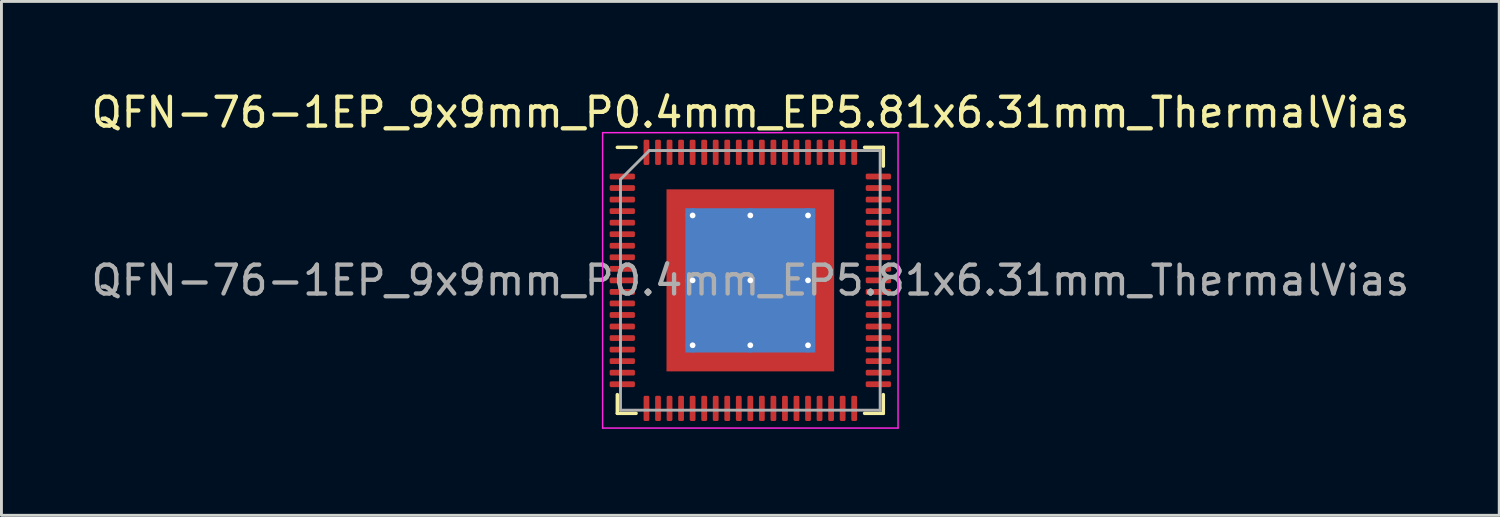
<source format=kicad_pcb>
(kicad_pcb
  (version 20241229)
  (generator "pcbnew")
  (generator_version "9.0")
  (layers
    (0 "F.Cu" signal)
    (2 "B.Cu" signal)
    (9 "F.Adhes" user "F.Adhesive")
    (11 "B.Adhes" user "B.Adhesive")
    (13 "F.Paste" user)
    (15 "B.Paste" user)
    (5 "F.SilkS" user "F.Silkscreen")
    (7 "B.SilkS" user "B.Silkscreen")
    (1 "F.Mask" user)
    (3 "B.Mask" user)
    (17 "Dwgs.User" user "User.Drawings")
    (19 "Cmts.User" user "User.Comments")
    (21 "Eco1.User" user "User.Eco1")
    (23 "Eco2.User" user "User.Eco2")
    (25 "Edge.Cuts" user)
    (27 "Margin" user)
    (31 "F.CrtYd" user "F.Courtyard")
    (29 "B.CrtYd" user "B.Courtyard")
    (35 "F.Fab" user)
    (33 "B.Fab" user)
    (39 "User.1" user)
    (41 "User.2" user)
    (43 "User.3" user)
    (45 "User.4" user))
  (footprint "QFN-76-1EP_9x9mm_P0.4mm_EP5.81x6.31mm_ThermalVias"
    (layer "F.Cu")
    (at 22.958 6.668)
    (property "Reference" "QFN-76-1EP_9x9mm_P0.4mm_EP5.81x6.31mm_ThermalVias" (at 0 -5.82 0) (layer "F.SilkS") (effects (font (size 1 1) (thickness 0.15))))
    (attr smd)
    (fp_line (start -4.61 4.61) (end -4.61 3.96) (stroke (width 0.12) (type solid)) (layer "F.SilkS"))
    (fp_line (start -3.96 -4.61) (end -4.61 -4.61) (stroke (width 0.12) (type solid)) (layer "F.SilkS"))
    (fp_line (start -3.96 4.61) (end -4.61 4.61) (stroke (width 0.12) (type solid)) (layer "F.SilkS"))
    (fp_line (start 3.96 -4.61) (end 4.61 -4.61) (stroke (width 0.12) (type solid)) (layer "F.SilkS"))
    (fp_line (start 3.96 4.61) (end 4.61 4.61) (stroke (width 0.12) (type solid)) (layer "F.SilkS"))
    (fp_line (start 4.61 -4.61) (end 4.61 -3.96) (stroke (width 0.12) (type solid)) (layer "F.SilkS"))
    (fp_line (start 4.61 4.61) (end 4.61 3.96) (stroke (width 0.12) (type solid)) (layer "F.SilkS"))
    (fp_line (start -5.12 -5.12) (end -5.12 5.12) (stroke (width 0.05) (type solid)) (layer "F.CrtYd"))
    (fp_line (start -5.12 5.12) (end 5.12 5.12) (stroke (width 0.05) (type solid)) (layer "F.CrtYd"))
    (fp_line (start 5.12 -5.12) (end -5.12 -5.12) (stroke (width 0.05) (type solid)) (layer "F.CrtYd"))
    (fp_line (start 5.12 5.12) (end 5.12 -5.12) (stroke (width 0.05) (type solid)) (layer "F.CrtYd"))
    (fp_line (start -4.5 -3.5) (end -3.5 -4.5) (stroke (width 0.1) (type solid)) (layer "F.Fab"))
    (fp_line (start -4.5 4.5) (end -4.5 -3.5) (stroke (width 0.1) (type solid)) (layer "F.Fab"))
    (fp_line (start -3.5 -4.5) (end 4.5 -4.5) (stroke (width 0.1) (type solid)) (layer "F.Fab"))
    (fp_line (start 4.5 -4.5) (end 4.5 4.5) (stroke (width 0.1) (type solid)) (layer "F.Fab"))
    (fp_line (start 4.5 4.5) (end -4.5 4.5) (stroke (width 0.1) (type solid)) (layer "F.Fab"))
    (fp_text user "${REFERENCE}" (at 0 0 0) (layer "F.Fab") (effects (font (size 1 1) (thickness 0.15))))
    (pad "" smd custom (at -2.453 -2.703) (size 0.654 0.654) (layers "F.Paste") (options (anchor circle)) (primitives (gr_poly (pts (xy -0.289 -0.289) (xy 0.289 -0.289) (xy 0.289 0.226) (xy 0.226 0.289) (xy -0.289 0.289)) (width 0.152) (fill yes))))
    (pad "" smd roundrect (at -2.453 -1.125) (size 0.73 1.814) (layers "F.Paste") (roundrect_rratio 0.25))
    (pad "" smd roundrect (at -2.453 1.125) (size 0.73 1.814) (layers "F.Paste") (roundrect_rratio 0.25))
    (pad "" smd custom (at -2.453 2.703) (size 0.654 0.654) (layers "F.Paste") (options (anchor circle)) (primitives (gr_poly (pts (xy -0.289 -0.289) (xy 0.226 -0.289) (xy 0.289 -0.226) (xy 0.289 0.289) (xy -0.289 0.289)) (width 0.152) (fill yes))))
    (pad "" smd roundrect (at -1 -2.703) (size 1.612 0.73) (layers "F.Paste") (roundrect_rratio 0.25))
    (pad "" smd roundrect (at -1 -1.125) (size 1.612 1.814) (layers "F.Paste") (roundrect_rratio 0.155))
    (pad "" smd roundrect (at -1 1.125) (size 1.612 1.814) (layers "F.Paste") (roundrect_rratio 0.155))
    (pad "" smd roundrect (at -1 2.703) (size 1.612 0.73) (layers "F.Paste") (roundrect_rratio 0.25))
    (pad "" smd roundrect (at 1 -2.703) (size 1.612 0.73) (layers "F.Paste") (roundrect_rratio 0.25))
    (pad "" smd roundrect (at 1 -1.125) (size 1.612 1.814) (layers "F.Paste") (roundrect_rratio 0.155))
    (pad "" smd roundrect (at 1 1.125) (size 1.612 1.814) (layers "F.Paste") (roundrect_rratio 0.155))
    (pad "" smd roundrect (at 1 2.703) (size 1.612 0.73) (layers "F.Paste") (roundrect_rratio 0.25))
    (pad "" smd custom (at 2.453 -2.703) (size 0.654 0.654) (layers "F.Paste") (options (anchor circle)) (primitives (gr_poly (pts (xy -0.289 -0.289) (xy 0.289 -0.289) (xy 0.289 0.289) (xy -0.226 0.289) (xy -0.289 0.226)) (width 0.152) (fill yes))))
    (pad "" smd roundrect (at 2.453 -1.125) (size 0.73 1.814) (layers "F.Paste") (roundrect_rratio 0.25))
    (pad "" smd roundrect (at 2.453 1.125) (size 0.73 1.814) (layers "F.Paste") (roundrect_rratio 0.25))
    (pad "" smd custom (at 2.453 2.703) (size 0.654 0.654) (layers "F.Paste") (options (anchor circle)) (primitives (gr_poly (pts (xy -0.289 -0.226) (xy -0.226 -0.289) (xy 0.289 -0.289) (xy 0.289 0.289) (xy -0.289 0.289)) (width 0.152) (fill yes))))
    (pad "1" smd roundrect (at -4.438 -3.6) (size 0.875 0.2) (layers "F.Cu" "F.Mask" "F.Paste") (roundrect_rratio 0.25))
    (pad "2" smd roundrect (at -4.438 -3.2) (size 0.875 0.2) (layers "F.Cu" "F.Mask" "F.Paste") (roundrect_rratio 0.25))
    (pad "3" smd roundrect (at -4.438 -2.8) (size 0.875 0.2) (layers "F.Cu" "F.Mask" "F.Paste") (roundrect_rratio 0.25))
    (pad "4" smd roundrect (at -4.438 -2.4) (size 0.875 0.2) (layers "F.Cu" "F.Mask" "F.Paste") (roundrect_rratio 0.25))
    (pad "5" smd roundrect (at -4.438 -2) (size 0.875 0.2) (layers "F.Cu" "F.Mask" "F.Paste") (roundrect_rratio 0.25))
    (pad "6" smd roundrect (at -4.438 -1.6) (size 0.875 0.2) (layers "F.Cu" "F.Mask" "F.Paste") (roundrect_rratio 0.25))
    (pad "7" smd roundrect (at -4.438 -1.2) (size 0.875 0.2) (layers "F.Cu" "F.Mask" "F.Paste") (roundrect_rratio 0.25))
    (pad "8" smd roundrect (at -4.438 -0.8) (size 0.875 0.2) (layers "F.Cu" "F.Mask" "F.Paste") (roundrect_rratio 0.25))
    (pad "9" smd roundrect (at -4.438 -0.4) (size 0.875 0.2) (layers "F.Cu" "F.Mask" "F.Paste") (roundrect_rratio 0.25))
    (pad "10" smd roundrect (at -4.438 0) (size 0.875 0.2) (layers "F.Cu" "F.Mask" "F.Paste") (roundrect_rratio 0.25))
    (pad "11" smd roundrect (at -4.438 0.4) (size 0.875 0.2) (layers "F.Cu" "F.Mask" "F.Paste") (roundrect_rratio 0.25))
    (pad "12" smd roundrect (at -4.438 0.8) (size 0.875 0.2) (layers "F.Cu" "F.Mask" "F.Paste") (roundrect_rratio 0.25))
    (pad "13" smd roundrect (at -4.438 1.2) (size 0.875 0.2) (layers "F.Cu" "F.Mask" "F.Paste") (roundrect_rratio 0.25))
    (pad "14" smd roundrect (at -4.438 1.6) (size 0.875 0.2) (layers "F.Cu" "F.Mask" "F.Paste") (roundrect_rratio 0.25))
    (pad "15" smd roundrect (at -4.438 2) (size 0.875 0.2) (layers "F.Cu" "F.Mask" "F.Paste") (roundrect_rratio 0.25))
    (pad "16" smd roundrect (at -4.438 2.4) (size 0.875 0.2) (layers "F.Cu" "F.Mask" "F.Paste") (roundrect_rratio 0.25))
    (pad "17" smd roundrect (at -4.438 2.8) (size 0.875 0.2) (layers "F.Cu" "F.Mask" "F.Paste") (roundrect_rratio 0.25))
    (pad "18" smd roundrect (at -4.438 3.2) (size 0.875 0.2) (layers "F.Cu" "F.Mask" "F.Paste") (roundrect_rratio 0.25))
    (pad "19" smd roundrect (at -4.438 3.6) (size 0.875 0.2) (layers "F.Cu" "F.Mask" "F.Paste") (roundrect_rratio 0.25))
    (pad "20" smd roundrect (at -3.6 4.438) (size 0.2 0.875) (layers "F.Cu" "F.Mask" "F.Paste") (roundrect_rratio 0.25))
    (pad "21" smd roundrect (at -3.2 4.438) (size 0.2 0.875) (layers "F.Cu" "F.Mask" "F.Paste") (roundrect_rratio 0.25))
    (pad "22" smd roundrect (at -2.8 4.438) (size 0.2 0.875) (layers "F.Cu" "F.Mask" "F.Paste") (roundrect_rratio 0.25))
    (pad "23" smd roundrect (at -2.4 4.438) (size 0.2 0.875) (layers "F.Cu" "F.Mask" "F.Paste") (roundrect_rratio 0.25))
    (pad "24" smd roundrect (at -2 4.438) (size 0.2 0.875) (layers "F.Cu" "F.Mask" "F.Paste") (roundrect_rratio 0.25))
    (pad "25" smd roundrect (at -1.6 4.438) (size 0.2 0.875) (layers "F.Cu" "F.Mask" "F.Paste") (roundrect_rratio 0.25))
    (pad "26" smd roundrect (at -1.2 4.438) (size 0.2 0.875) (layers "F.Cu" "F.Mask" "F.Paste") (roundrect_rratio 0.25))
    (pad "27" smd roundrect (at -0.8 4.438) (size 0.2 0.875) (layers "F.Cu" "F.Mask" "F.Paste") (roundrect_rratio 0.25))
    (pad "28" smd roundrect (at -0.4 4.438) (size 0.2 0.875) (layers "F.Cu" "F.Mask" "F.Paste") (roundrect_rratio 0.25))
    (pad "29" smd roundrect (at 0 4.438) (size 0.2 0.875) (layers "F.Cu" "F.Mask" "F.Paste") (roundrect_rratio 0.25))
    (pad "30" smd roundrect (at 0.4 4.438) (size 0.2 0.875) (layers "F.Cu" "F.Mask" "F.Paste") (roundrect_rratio 0.25))
    (pad "31" smd roundrect (at 0.8 4.438) (size 0.2 0.875) (layers "F.Cu" "F.Mask" "F.Paste") (roundrect_rratio 0.25))
    (pad "32" smd roundrect (at 1.2 4.438) (size 0.2 0.875) (layers "F.Cu" "F.Mask" "F.Paste") (roundrect_rratio 0.25))
    (pad "33" smd roundrect (at 1.6 4.438) (size 0.2 0.875) (layers "F.Cu" "F.Mask" "F.Paste") (roundrect_rratio 0.25))
    (pad "34" smd roundrect (at 2 4.438) (size 0.2 0.875) (layers "F.Cu" "F.Mask" "F.Paste") (roundrect_rratio 0.25))
    (pad "35" smd roundrect (at 2.4 4.438) (size 0.2 0.875) (layers "F.Cu" "F.Mask" "F.Paste") (roundrect_rratio 0.25))
    (pad "36" smd roundrect (at 2.8 4.438) (size 0.2 0.875) (layers "F.Cu" "F.Mask" "F.Paste") (roundrect_rratio 0.25))
    (pad "37" smd roundrect (at 3.2 4.438) (size 0.2 0.875) (layers "F.Cu" "F.Mask" "F.Paste") (roundrect_rratio 0.25))
    (pad "38" smd roundrect (at 3.6 4.438) (size 0.2 0.875) (layers "F.Cu" "F.Mask" "F.Paste") (roundrect_rratio 0.25))
    (pad "39" smd roundrect (at 4.438 3.6) (size 0.875 0.2) (layers "F.Cu" "F.Mask" "F.Paste") (roundrect_rratio 0.25))
    (pad "40" smd roundrect (at 4.438 3.2) (size 0.875 0.2) (layers "F.Cu" "F.Mask" "F.Paste") (roundrect_rratio 0.25))
    (pad "41" smd roundrect (at 4.438 2.8) (size 0.875 0.2) (layers "F.Cu" "F.Mask" "F.Paste") (roundrect_rratio 0.25))
    (pad "42" smd roundrect (at 4.438 2.4) (size 0.875 0.2) (layers "F.Cu" "F.Mask" "F.Paste") (roundrect_rratio 0.25))
    (pad "43" smd roundrect (at 4.438 2) (size 0.875 0.2) (layers "F.Cu" "F.Mask" "F.Paste") (roundrect_rratio 0.25))
    (pad "44" smd roundrect (at 4.438 1.6) (size 0.875 0.2) (layers "F.Cu" "F.Mask" "F.Paste") (roundrect_rratio 0.25))
    (pad "45" smd roundrect (at 4.438 1.2) (size 0.875 0.2) (layers "F.Cu" "F.Mask" "F.Paste") (roundrect_rratio 0.25))
    (pad "46" smd roundrect (at 4.438 0.8) (size 0.875 0.2) (layers "F.Cu" "F.Mask" "F.Paste") (roundrect_rratio 0.25))
    (pad "47" smd roundrect (at 4.438 0.4) (size 0.875 0.2) (layers "F.Cu" "F.Mask" "F.Paste") (roundrect_rratio 0.25))
    (pad "48" smd roundrect (at 4.438 0) (size 0.875 0.2) (layers "F.Cu" "F.Mask" "F.Paste") (roundrect_rratio 0.25))
    (pad "49" smd roundrect (at 4.438 -0.4) (size 0.875 0.2) (layers "F.Cu" "F.Mask" "F.Paste") (roundrect_rratio 0.25))
    (pad "50" smd roundrect (at 4.438 -0.8) (size 0.875 0.2) (layers "F.Cu" "F.Mask" "F.Paste") (roundrect_rratio 0.25))
    (pad "51" smd roundrect (at 4.438 -1.2) (size 0.875 0.2) (layers "F.Cu" "F.Mask" "F.Paste") (roundrect_rratio 0.25))
    (pad "52" smd roundrect (at 4.438 -1.6) (size 0.875 0.2) (layers "F.Cu" "F.Mask" "F.Paste") (roundrect_rratio 0.25))
    (pad "53" smd roundrect (at 4.438 -2) (size 0.875 0.2) (layers "F.Cu" "F.Mask" "F.Paste") (roundrect_rratio 0.25))
    (pad "54" smd roundrect (at 4.438 -2.4) (size 0.875 0.2) (layers "F.Cu" "F.Mask" "F.Paste") (roundrect_rratio 0.25))
    (pad "55" smd roundrect (at 4.438 -2.8) (size 0.875 0.2) (layers "F.Cu" "F.Mask" "F.Paste") (roundrect_rratio 0.25))
    (pad "56" smd roundrect (at 4.438 -3.2) (size 0.875 0.2) (layers "F.Cu" "F.Mask" "F.Paste") (roundrect_rratio 0.25))
    (pad "57" smd roundrect (at 4.438 -3.6) (size 0.875 0.2) (layers "F.Cu" "F.Mask" "F.Paste") (roundrect_rratio 0.25))
    (pad "58" smd roundrect (at 3.6 -4.438) (size 0.2 0.875) (layers "F.Cu" "F.Mask" "F.Paste") (roundrect_rratio 0.25))
    (pad "59" smd roundrect (at 3.2 -4.438) (size 0.2 0.875) (layers "F.Cu" "F.Mask" "F.Paste") (roundrect_rratio 0.25))
    (pad "60" smd roundrect (at 2.8 -4.438) (size 0.2 0.875) (layers "F.Cu" "F.Mask" "F.Paste") (roundrect_rratio 0.25))
    (pad "61" smd roundrect (at 2.4 -4.438) (size 0.2 0.875) (layers "F.Cu" "F.Mask" "F.Paste") (roundrect_rratio 0.25))
    (pad "62" smd roundrect (at 2 -4.438) (size 0.2 0.875) (layers "F.Cu" "F.Mask" "F.Paste") (roundrect_rratio 0.25))
    (pad "63" smd roundrect (at 1.6 -4.438) (size 0.2 0.875) (layers "F.Cu" "F.Mask" "F.Paste") (roundrect_rratio 0.25))
    (pad "64" smd roundrect (at 1.2 -4.438) (size 0.2 0.875) (layers "F.Cu" "F.Mask" "F.Paste") (roundrect_rratio 0.25))
    (pad "65" smd roundrect (at 0.8 -4.438) (size 0.2 0.875) (layers "F.Cu" "F.Mask" "F.Paste") (roundrect_rratio 0.25))
    (pad "66" smd roundrect (at 0.4 -4.438) (size 0.2 0.875) (layers "F.Cu" "F.Mask" "F.Paste") (roundrect_rratio 0.25))
    (pad "67" smd roundrect (at 0 -4.438) (size 0.2 0.875) (layers "F.Cu" "F.Mask" "F.Paste") (roundrect_rratio 0.25))
    (pad "68" smd roundrect (at -0.4 -4.438) (size 0.2 0.875) (layers "F.Cu" "F.Mask" "F.Paste") (roundrect_rratio 0.25))
    (pad "69" smd roundrect (at -0.8 -4.438) (size 0.2 0.875) (layers "F.Cu" "F.Mask" "F.Paste") (roundrect_rratio 0.25))
    (pad "70" smd roundrect (at -1.2 -4.438) (size 0.2 0.875) (layers "F.Cu" "F.Mask" "F.Paste") (roundrect_rratio 0.25))
    (pad "71" smd roundrect (at -1.6 -4.438) (size 0.2 0.875) (layers "F.Cu" "F.Mask" "F.Paste") (roundrect_rratio 0.25))
    (pad "72" smd roundrect (at -2 -4.438) (size 0.2 0.875) (layers "F.Cu" "F.Mask" "F.Paste") (roundrect_rratio 0.25))
    (pad "73" smd roundrect (at -2.4 -4.438) (size 0.2 0.875) (layers "F.Cu" "F.Mask" "F.Paste") (roundrect_rratio 0.25))
    (pad "74" smd roundrect (at -2.8 -4.438) (size 0.2 0.875) (layers "F.Cu" "F.Mask" "F.Paste") (roundrect_rratio 0.25))
    (pad "75" smd roundrect (at -3.2 -4.438) (size 0.2 0.875) (layers "F.Cu" "F.Mask" "F.Paste") (roundrect_rratio 0.25))
    (pad "76" smd roundrect (at -3.6 -4.438) (size 0.2 0.875) (layers "F.Cu" "F.Mask" "F.Paste") (roundrect_rratio 0.25))
    (pad "77" thru_hole circle (at -2 -2.25) (size 0.5 0.5) (drill 0.2) (layers "*.Cu"))
    (pad "77" thru_hole circle (at -2 0) (size 0.5 0.5) (drill 0.2) (layers "*.Cu"))
    (pad "77" thru_hole circle (at -2 2.25) (size 0.5 0.5) (drill 0.2) (layers "*.Cu"))
    (pad "77" thru_hole circle (at 0 -2.25) (size 0.5 0.5) (drill 0.2) (layers "*.Cu"))
    (pad "77" thru_hole circle (at 0 0) (size 0.5 0.5) (drill 0.2) (layers "*.Cu"))
    (pad "77" smd rect (at 0 0) (size 4.5 5) (layers "B.Cu"))
    (pad "77" smd rect (at 0 0) (size 5.81 6.31) (layers "F.Cu" "F.Mask"))
    (pad "77" thru_hole circle (at 0 2.25) (size 0.5 0.5) (drill 0.2) (layers "*.Cu"))
    (pad "77" thru_hole circle (at 2 -2.25) (size 0.5 0.5) (drill 0.2) (layers "*.Cu"))
    (pad "77" thru_hole circle (at 2 0) (size 0.5 0.5) (drill 0.2) (layers "*.Cu"))
    (pad "77" thru_hole circle (at 2 2.25) (size 0.5 0.5) (drill 0.2) (layers "*.Cu")))
  (gr_rect
    (start -3 -3)
    (end 48.917 14.813)
    (stroke (width 0.1) (type default))
    (fill no)
    (layer "Edge.Cuts")))
</source>
